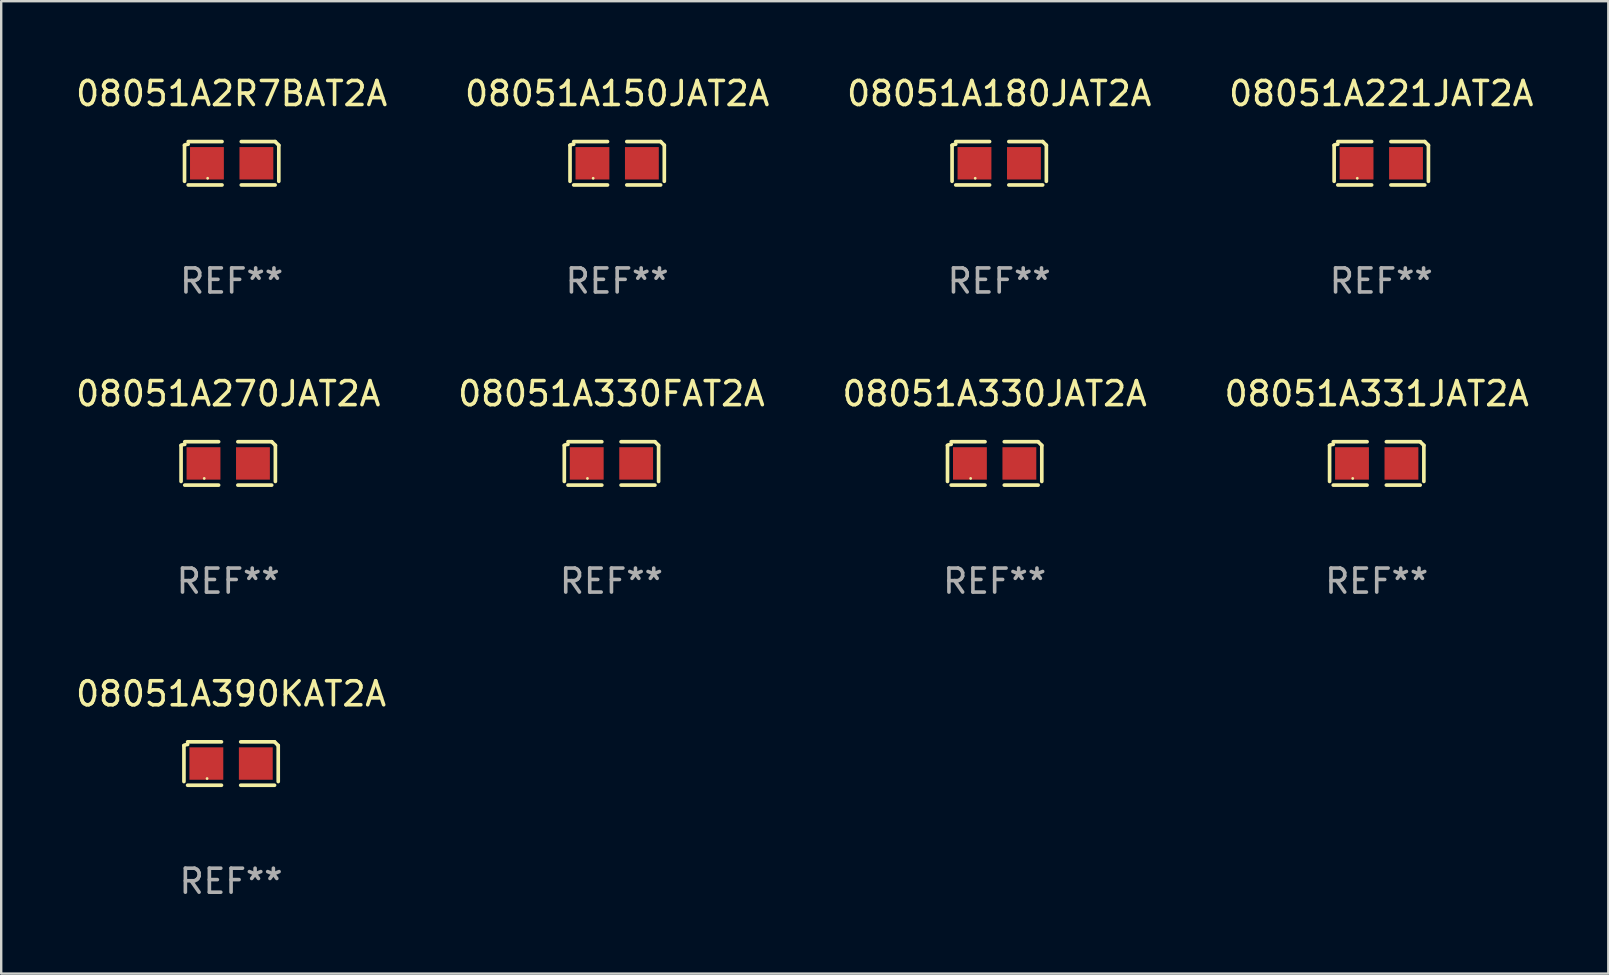
<source format=kicad_pcb>
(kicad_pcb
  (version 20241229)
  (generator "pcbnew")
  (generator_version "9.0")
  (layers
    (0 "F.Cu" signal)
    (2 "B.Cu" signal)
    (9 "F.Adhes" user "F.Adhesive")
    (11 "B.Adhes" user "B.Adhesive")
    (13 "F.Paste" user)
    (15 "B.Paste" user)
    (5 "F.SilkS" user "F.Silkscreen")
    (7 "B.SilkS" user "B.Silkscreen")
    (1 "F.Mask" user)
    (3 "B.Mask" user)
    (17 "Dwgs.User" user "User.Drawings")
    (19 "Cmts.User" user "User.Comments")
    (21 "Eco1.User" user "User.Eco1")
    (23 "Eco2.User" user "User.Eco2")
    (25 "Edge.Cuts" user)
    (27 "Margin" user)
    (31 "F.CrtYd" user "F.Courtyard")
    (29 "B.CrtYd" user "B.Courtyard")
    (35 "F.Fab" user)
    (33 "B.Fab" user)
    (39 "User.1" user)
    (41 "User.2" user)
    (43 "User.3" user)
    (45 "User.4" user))
  (footprint "08051A2R7BAT2A"
    (layer "F.Cu")
    (at 6.601 3.752)
    (property "Reference" "08051A2R7BAT2A" (at 0 -2.904 0) (layer "F.SilkS") (effects (font (size 1 1) (thickness 0.15))))
    (attr through_hole)
    (fp_line (start -1.964 0.751) (end -1.964 -0.751) (stroke (width 0.152) (type solid)) (layer "F.SilkS"))
    (fp_line (start -1.811 -0.904) (end -0.401 -0.904) (stroke (width 0.152) (type solid)) (layer "F.SilkS"))
    (fp_line (start -0.401 0.904) (end -1.811 0.904) (stroke (width 0.152) (type solid)) (layer "F.SilkS"))
    (fp_line (start 0.401 0.904) (end 1.811 0.904) (stroke (width 0.152) (type solid)) (layer "F.SilkS"))
    (fp_line (start 1.811 -0.904) (end 0.401 -0.904) (stroke (width 0.152) (type solid)) (layer "F.SilkS"))
    (fp_line (start 1.964 0.751) (end 1.964 -0.751) (stroke (width 0.152) (type solid)) (layer "F.SilkS"))
    (fp_arc (start -1.963602 -0.751207) (mid -1.890354 -0.783131) (end -1.811201 -0.794044) (stroke (width 0.1524) (type solid)) (layer "F.SilkS"))
    (fp_arc (start 1.811202 -0.903607) (mid 1.887413 -0.827418) (end 1.963602 -0.751207) (stroke (width 0.1524) (type solid)) (layer "F.SilkS"))
    (fp_circle (center -1 0.625) (end -0.97 0.625) (stroke (width 0.06) (type solid)) (fill no) (layer "F.SilkS"))
    (fp_text user "REF**" (at 0 4.904 0) (layer "F.Fab") (effects (font (size 1 1) (thickness 0.15))))
    (pad "1" smd rect (at -1.03 0) (size 1.41 1.35) (layers "F.Cu" "F.Mask" "F.Paste"))
    (pad "2" smd rect (at 1.03 0) (size 1.41 1.35) (layers "F.Cu" "F.Mask" "F.Paste")))
  (footprint "08051A180JAT2A"
    (layer "F.Cu")
    (at 38.577 3.752)
    (property "Reference" "08051A180JAT2A" (at 0 -2.904 0) (layer "F.SilkS") (effects (font (size 1 1) (thickness 0.15))))
    (attr through_hole)
    (fp_line (start -1.964 0.751) (end -1.964 -0.751) (stroke (width 0.152) (type solid)) (layer "F.SilkS"))
    (fp_line (start -1.811 -0.904) (end -0.401 -0.904) (stroke (width 0.152) (type solid)) (layer "F.SilkS"))
    (fp_line (start -0.401 0.904) (end -1.811 0.904) (stroke (width 0.152) (type solid)) (layer "F.SilkS"))
    (fp_line (start 0.401 0.904) (end 1.811 0.904) (stroke (width 0.152) (type solid)) (layer "F.SilkS"))
    (fp_line (start 1.811 -0.904) (end 0.401 -0.904) (stroke (width 0.152) (type solid)) (layer "F.SilkS"))
    (fp_line (start 1.964 0.751) (end 1.964 -0.751) (stroke (width 0.152) (type solid)) (layer "F.SilkS"))
    (fp_arc (start -1.963602 -0.751207) (mid -1.890354 -0.783131) (end -1.811201 -0.794044) (stroke (width 0.1524) (type solid)) (layer "F.SilkS"))
    (fp_arc (start 1.811202 -0.903607) (mid 1.887413 -0.827418) (end 1.963602 -0.751207) (stroke (width 0.1524) (type solid)) (layer "F.SilkS"))
    (fp_circle (center -1 0.625) (end -0.97 0.625) (stroke (width 0.06) (type solid)) (fill no) (layer "F.SilkS"))
    (fp_text user "REF**" (at 0 4.904 0) (layer "F.Fab") (effects (font (size 1 1) (thickness 0.15))))
    (pad "1" smd rect (at -1.03 0) (size 1.41 1.35) (layers "F.Cu" "F.Mask" "F.Paste"))
    (pad "2" smd rect (at 1.03 0) (size 1.41 1.35) (layers "F.Cu" "F.Mask" "F.Paste")))
  (footprint "08051A221JAT2A"
    (layer "F.Cu")
    (at 54.494 3.752)
    (property "Reference" "08051A221JAT2A" (at 0 -2.904 0) (layer "F.SilkS") (effects (font (size 1 1) (thickness 0.15))))
    (attr through_hole)
    (fp_line (start -1.964 0.751) (end -1.964 -0.751) (stroke (width 0.152) (type solid)) (layer "F.SilkS"))
    (fp_line (start -1.811 -0.904) (end -0.401 -0.904) (stroke (width 0.152) (type solid)) (layer "F.SilkS"))
    (fp_line (start -0.401 0.904) (end -1.811 0.904) (stroke (width 0.152) (type solid)) (layer "F.SilkS"))
    (fp_line (start 0.401 0.904) (end 1.811 0.904) (stroke (width 0.152) (type solid)) (layer "F.SilkS"))
    (fp_line (start 1.811 -0.904) (end 0.401 -0.904) (stroke (width 0.152) (type solid)) (layer "F.SilkS"))
    (fp_line (start 1.964 0.751) (end 1.964 -0.751) (stroke (width 0.152) (type solid)) (layer "F.SilkS"))
    (fp_arc (start -1.963602 -0.751207) (mid -1.890354 -0.783131) (end -1.811201 -0.794044) (stroke (width 0.1524) (type solid)) (layer "F.SilkS"))
    (fp_arc (start 1.811202 -0.903607) (mid 1.887413 -0.827418) (end 1.963602 -0.751207) (stroke (width 0.1524) (type solid)) (layer "F.SilkS"))
    (fp_circle (center -1 0.625) (end -0.97 0.625) (stroke (width 0.06) (type solid)) (fill no) (layer "F.SilkS"))
    (fp_text user "REF**" (at 0 4.904 0) (layer "F.Fab") (effects (font (size 1 1) (thickness 0.15))))
    (pad "1" smd rect (at -1.03 0) (size 1.41 1.35) (layers "F.Cu" "F.Mask" "F.Paste"))
    (pad "2" smd rect (at 1.03 0) (size 1.41 1.35) (layers "F.Cu" "F.Mask" "F.Paste")))
  (footprint "08051A390KAT2A"
    (layer "F.Cu")
    (at 6.577 28.759)
    (property "Reference" "08051A390KAT2A" (at 0 -2.904 0) (layer "F.SilkS") (effects (font (size 1 1) (thickness 0.15))))
    (attr through_hole)
    (fp_line (start -1.964 0.751) (end -1.964 -0.751) (stroke (width 0.152) (type solid)) (layer "F.SilkS"))
    (fp_line (start -1.811 -0.904) (end -0.401 -0.904) (stroke (width 0.152) (type solid)) (layer "F.SilkS"))
    (fp_line (start -0.401 0.904) (end -1.811 0.904) (stroke (width 0.152) (type solid)) (layer "F.SilkS"))
    (fp_line (start 0.401 0.904) (end 1.811 0.904) (stroke (width 0.152) (type solid)) (layer "F.SilkS"))
    (fp_line (start 1.811 -0.904) (end 0.401 -0.904) (stroke (width 0.152) (type solid)) (layer "F.SilkS"))
    (fp_line (start 1.964 0.751) (end 1.964 -0.751) (stroke (width 0.152) (type solid)) (layer "F.SilkS"))
    (fp_arc (start -1.963602 -0.751207) (mid -1.890354 -0.783131) (end -1.811201 -0.794044) (stroke (width 0.1524) (type solid)) (layer "F.SilkS"))
    (fp_arc (start 1.811202 -0.903607) (mid 1.887413 -0.827418) (end 1.963602 -0.751207) (stroke (width 0.1524) (type solid)) (layer "F.SilkS"))
    (fp_circle (center -1 0.625) (end -0.97 0.625) (stroke (width 0.06) (type solid)) (fill no) (layer "F.SilkS"))
    (fp_text user "REF**" (at 0 4.904 0) (layer "F.Fab") (effects (font (size 1 1) (thickness 0.15))))
    (pad "1" smd rect (at -1.03 0) (size 1.41 1.35) (layers "F.Cu" "F.Mask" "F.Paste"))
    (pad "2" smd rect (at 1.03 0) (size 1.41 1.35) (layers "F.Cu" "F.Mask" "F.Paste")))
  (footprint "08051A330FAT2A"
    (layer "F.Cu")
    (at 22.423 16.256)
    (property "Reference" "08051A330FAT2A" (at 0 -2.904 0) (layer "F.SilkS") (effects (font (size 1 1) (thickness 0.15))))
    (attr through_hole)
    (fp_line (start -1.964 0.751) (end -1.964 -0.751) (stroke (width 0.152) (type solid)) (layer "F.SilkS"))
    (fp_line (start -1.811 -0.904) (end -0.401 -0.904) (stroke (width 0.152) (type solid)) (layer "F.SilkS"))
    (fp_line (start -0.401 0.904) (end -1.811 0.904) (stroke (width 0.152) (type solid)) (layer "F.SilkS"))
    (fp_line (start 0.401 0.904) (end 1.811 0.904) (stroke (width 0.152) (type solid)) (layer "F.SilkS"))
    (fp_line (start 1.811 -0.904) (end 0.401 -0.904) (stroke (width 0.152) (type solid)) (layer "F.SilkS"))
    (fp_line (start 1.964 0.751) (end 1.964 -0.751) (stroke (width 0.152) (type solid)) (layer "F.SilkS"))
    (fp_arc (start -1.963602 -0.751207) (mid -1.890354 -0.783131) (end -1.811201 -0.794044) (stroke (width 0.1524) (type solid)) (layer "F.SilkS"))
    (fp_arc (start 1.811202 -0.903607) (mid 1.887413 -0.827418) (end 1.963602 -0.751207) (stroke (width 0.1524) (type solid)) (layer "F.SilkS"))
    (fp_circle (center -1 0.625) (end -0.97 0.625) (stroke (width 0.06) (type solid)) (fill no) (layer "F.SilkS"))
    (fp_text user "REF**" (at 0 4.904 0) (layer "F.Fab") (effects (font (size 1 1) (thickness 0.15))))
    (pad "1" smd rect (at -1.03 0) (size 1.41 1.35) (layers "F.Cu" "F.Mask" "F.Paste"))
    (pad "2" smd rect (at 1.03 0) (size 1.41 1.35) (layers "F.Cu" "F.Mask" "F.Paste")))
  (footprint "08051A270JAT2A"
    (layer "F.Cu")
    (at 6.458 16.256)
    (property "Reference" "08051A270JAT2A" (at 0 -2.904 0) (layer "F.SilkS") (effects (font (size 1 1) (thickness 0.15))))
    (attr through_hole)
    (fp_line (start -1.964 0.751) (end -1.964 -0.751) (stroke (width 0.152) (type solid)) (layer "F.SilkS"))
    (fp_line (start -1.811 -0.904) (end -0.401 -0.904) (stroke (width 0.152) (type solid)) (layer "F.SilkS"))
    (fp_line (start -0.401 0.904) (end -1.811 0.904) (stroke (width 0.152) (type solid)) (layer "F.SilkS"))
    (fp_line (start 0.401 0.904) (end 1.811 0.904) (stroke (width 0.152) (type solid)) (layer "F.SilkS"))
    (fp_line (start 1.811 -0.904) (end 0.401 -0.904) (stroke (width 0.152) (type solid)) (layer "F.SilkS"))
    (fp_line (start 1.964 0.751) (end 1.964 -0.751) (stroke (width 0.152) (type solid)) (layer "F.SilkS"))
    (fp_arc (start -1.963602 -0.751207) (mid -1.890354 -0.783131) (end -1.811201 -0.794044) (stroke (width 0.1524) (type solid)) (layer "F.SilkS"))
    (fp_arc (start 1.811202 -0.903607) (mid 1.887413 -0.827418) (end 1.963602 -0.751207) (stroke (width 0.1524) (type solid)) (layer "F.SilkS"))
    (fp_circle (center -1 0.625) (end -0.97 0.625) (stroke (width 0.06) (type solid)) (fill no) (layer "F.SilkS"))
    (fp_text user "REF**" (at 0 4.904 0) (layer "F.Fab") (effects (font (size 1 1) (thickness 0.15))))
    (pad "1" smd rect (at -1.03 0) (size 1.41 1.35) (layers "F.Cu" "F.Mask" "F.Paste"))
    (pad "2" smd rect (at 1.03 0) (size 1.41 1.35) (layers "F.Cu" "F.Mask" "F.Paste")))
  (footprint "08051A331JAT2A"
    (layer "F.Cu")
    (at 54.304 16.256)
    (property "Reference" "08051A331JAT2A" (at 0 -2.904 0) (layer "F.SilkS") (effects (font (size 1 1) (thickness 0.15))))
    (attr through_hole)
    (fp_line (start -1.964 0.751) (end -1.964 -0.751) (stroke (width 0.152) (type solid)) (layer "F.SilkS"))
    (fp_line (start -1.811 -0.904) (end -0.401 -0.904) (stroke (width 0.152) (type solid)) (layer "F.SilkS"))
    (fp_line (start -0.401 0.904) (end -1.811 0.904) (stroke (width 0.152) (type solid)) (layer "F.SilkS"))
    (fp_line (start 0.401 0.904) (end 1.811 0.904) (stroke (width 0.152) (type solid)) (layer "F.SilkS"))
    (fp_line (start 1.811 -0.904) (end 0.401 -0.904) (stroke (width 0.152) (type solid)) (layer "F.SilkS"))
    (fp_line (start 1.964 0.751) (end 1.964 -0.751) (stroke (width 0.152) (type solid)) (layer "F.SilkS"))
    (fp_arc (start -1.963602 -0.751207) (mid -1.890354 -0.783131) (end -1.811201 -0.794044) (stroke (width 0.1524) (type solid)) (layer "F.SilkS"))
    (fp_arc (start 1.811202 -0.903607) (mid 1.887413 -0.827418) (end 1.963602 -0.751207) (stroke (width 0.1524) (type solid)) (layer "F.SilkS"))
    (fp_circle (center -1 0.625) (end -0.97 0.625) (stroke (width 0.06) (type solid)) (fill no) (layer "F.SilkS"))
    (fp_text user "REF**" (at 0 4.904 0) (layer "F.Fab") (effects (font (size 1 1) (thickness 0.15))))
    (pad "1" smd rect (at -1.03 0) (size 1.41 1.35) (layers "F.Cu" "F.Mask" "F.Paste"))
    (pad "2" smd rect (at 1.03 0) (size 1.41 1.35) (layers "F.Cu" "F.Mask" "F.Paste")))
  (footprint "08051A150JAT2A"
    (layer "F.Cu")
    (at 22.661 3.752)
    (property "Reference" "08051A150JAT2A" (at 0 -2.904 0) (layer "F.SilkS") (effects (font (size 1 1) (thickness 0.15))))
    (attr through_hole)
    (fp_line (start -1.964 0.751) (end -1.964 -0.751) (stroke (width 0.152) (type solid)) (layer "F.SilkS"))
    (fp_line (start -1.811 -0.904) (end -0.401 -0.904) (stroke (width 0.152) (type solid)) (layer "F.SilkS"))
    (fp_line (start -0.401 0.904) (end -1.811 0.904) (stroke (width 0.152) (type solid)) (layer "F.SilkS"))
    (fp_line (start 0.401 0.904) (end 1.811 0.904) (stroke (width 0.152) (type solid)) (layer "F.SilkS"))
    (fp_line (start 1.811 -0.904) (end 0.401 -0.904) (stroke (width 0.152) (type solid)) (layer "F.SilkS"))
    (fp_line (start 1.964 0.751) (end 1.964 -0.751) (stroke (width 0.152) (type solid)) (layer "F.SilkS"))
    (fp_arc (start -1.963602 -0.751207) (mid -1.890354 -0.783131) (end -1.811201 -0.794044) (stroke (width 0.1524) (type solid)) (layer "F.SilkS"))
    (fp_arc (start 1.811202 -0.903607) (mid 1.887413 -0.827418) (end 1.963602 -0.751207) (stroke (width 0.1524) (type solid)) (layer "F.SilkS"))
    (fp_circle (center -1 0.625) (end -0.97 0.625) (stroke (width 0.06) (type solid)) (fill no) (layer "F.SilkS"))
    (fp_text user "REF**" (at 0 4.904 0) (layer "F.Fab") (effects (font (size 1 1) (thickness 0.15))))
    (pad "1" smd rect (at -1.03 0) (size 1.41 1.35) (layers "F.Cu" "F.Mask" "F.Paste"))
    (pad "2" smd rect (at 1.03 0) (size 1.41 1.35) (layers "F.Cu" "F.Mask" "F.Paste")))
  (footprint "08051A330JAT2A"
    (layer "F.Cu")
    (at 38.387 16.256)
    (property "Reference" "08051A330JAT2A" (at 0 -2.904 0) (layer "F.SilkS") (effects (font (size 1 1) (thickness 0.15))))
    (attr through_hole)
    (fp_line (start -1.964 0.751) (end -1.964 -0.751) (stroke (width 0.152) (type solid)) (layer "F.SilkS"))
    (fp_line (start -1.811 -0.904) (end -0.401 -0.904) (stroke (width 0.152) (type solid)) (layer "F.SilkS"))
    (fp_line (start -0.401 0.904) (end -1.811 0.904) (stroke (width 0.152) (type solid)) (layer "F.SilkS"))
    (fp_line (start 0.401 0.904) (end 1.811 0.904) (stroke (width 0.152) (type solid)) (layer "F.SilkS"))
    (fp_line (start 1.811 -0.904) (end 0.401 -0.904) (stroke (width 0.152) (type solid)) (layer "F.SilkS"))
    (fp_line (start 1.964 0.751) (end 1.964 -0.751) (stroke (width 0.152) (type solid)) (layer "F.SilkS"))
    (fp_arc (start -1.963602 -0.751207) (mid -1.890354 -0.783131) (end -1.811201 -0.794044) (stroke (width 0.1524) (type solid)) (layer "F.SilkS"))
    (fp_arc (start 1.811202 -0.903607) (mid 1.887413 -0.827418) (end 1.963602 -0.751207) (stroke (width 0.1524) (type solid)) (layer "F.SilkS"))
    (fp_circle (center -1 0.625) (end -0.97 0.625) (stroke (width 0.06) (type solid)) (fill no) (layer "F.SilkS"))
    (fp_text user "REF**" (at 0 4.904 0) (layer "F.Fab") (effects (font (size 1 1) (thickness 0.15))))
    (pad "1" smd rect (at -1.03 0) (size 1.41 1.35) (layers "F.Cu" "F.Mask" "F.Paste"))
    (pad "2" smd rect (at 1.03 0) (size 1.41 1.35) (layers "F.Cu" "F.Mask" "F.Paste")))
  (gr_rect
    (start -3 -3)
    (end 63.952 37.511)
    (stroke (width 0.1) (type default))
    (fill no)
    (layer "Edge.Cuts")))
</source>
